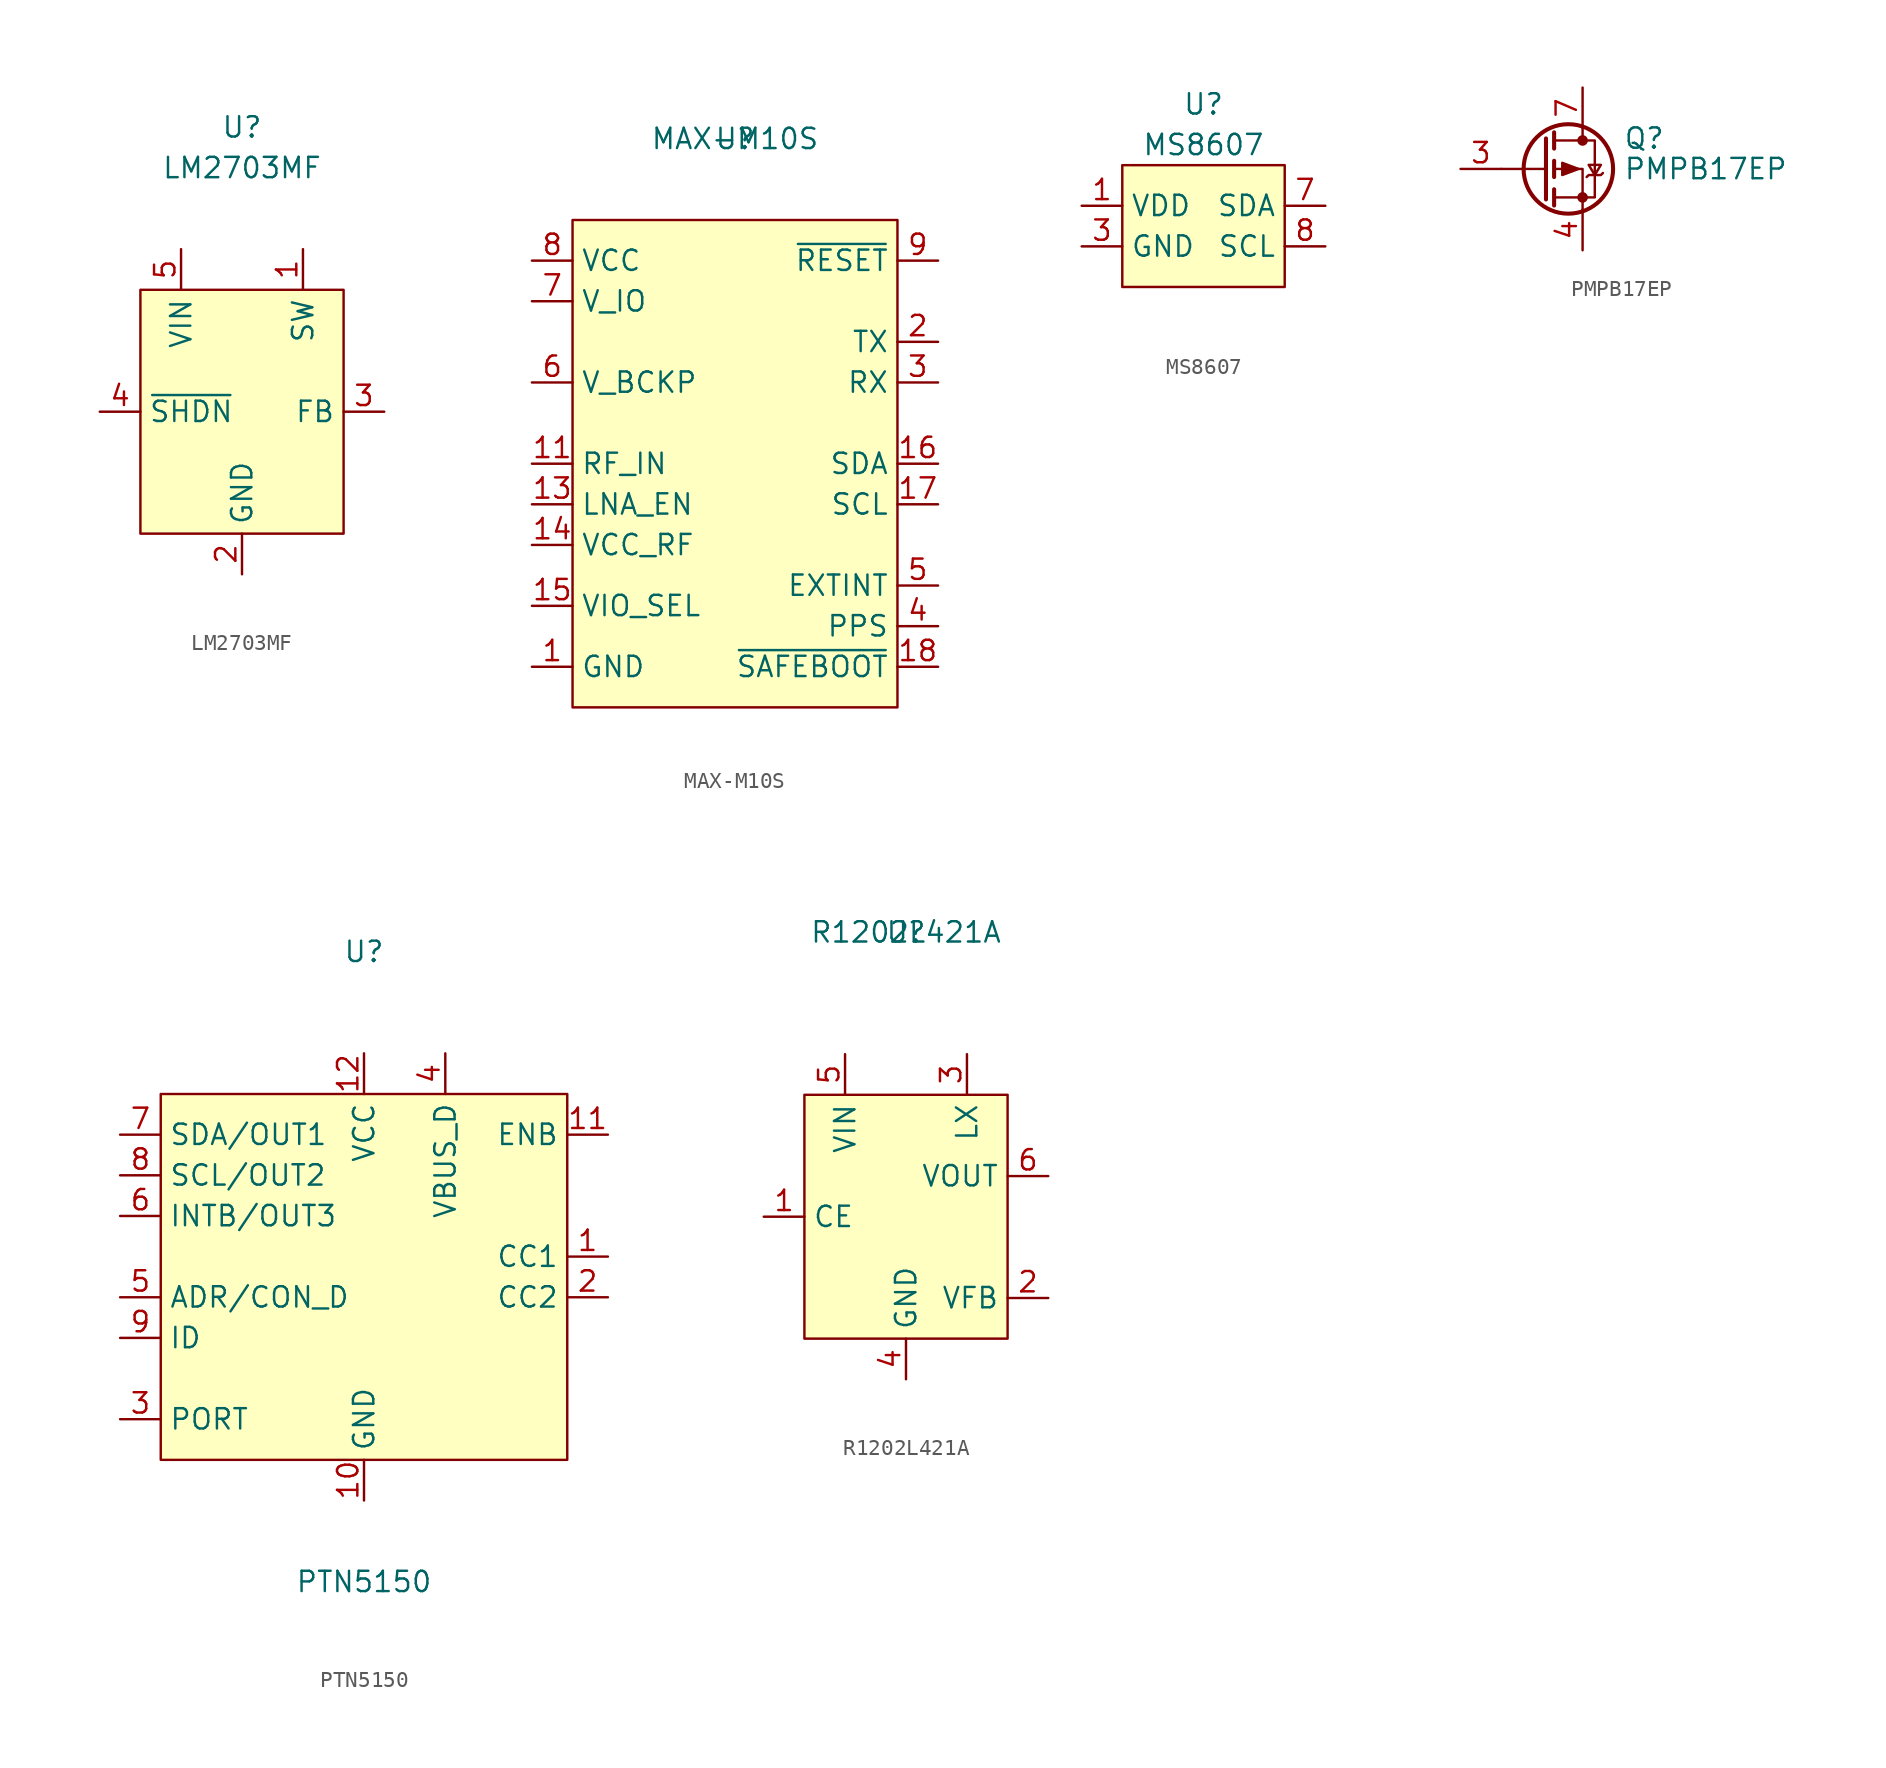
<source format=kicad_sym>
(kicad_symbol_lib
  (version 20211014)
  (generator kicad_symbol_editor)
  (symbol "LM2703MF"
    (property "Reference" "U"
      (at 0 17.78 0)
      (effects (font (size 1.27 1.27))))
    (property "Value" "LM2703MF"
      (at 0 15.24 0)
      (effects (font (size 1.27 1.27))))
    (symbol "LM2703MF_0_1"
      (rectangle (start -6.35 7.62) (end 6.35 -7.62) (stroke (width 0) (type default) (color 0 0 0 0)) (fill (type background))))
    (symbol "LM2703MF_1_1"
      (pin input line (at 3.81 10.16 270) (length 2.54) (name "SW" (effects (font (size 1.27 1.27)))) (number "1" (effects (font (size 1.27 1.27)))))
      (pin input line (at 0 -10.16 90) (length 2.54) (name "GND" (effects (font (size 1.27 1.27)))) (number "2" (effects (font (size 1.27 1.27)))))
      (pin input line (at 8.89 0 180) (length 2.54) (name "FB" (effects (font (size 1.27 1.27)))) (number "3" (effects (font (size 1.27 1.27)))))
      (pin input line (at -8.89 0 0) (length 2.54) (name "~{SHDN}" (effects (font (size 1.27 1.27)))) (number "4" (effects (font (size 1.27 1.27)))))
      (pin input line (at -3.81 10.16 270) (length 2.54) (name "VIN" (effects (font (size 1.27 1.27)))) (number "5" (effects (font (size 1.27 1.27)))))))
  (symbol "MAX-M10S"
    (property "Reference" "U"
      (at 0 20.32 0)
      (effects (font (size 1.27 1.27))))
    (property "Value" "MAX-M10S"
      (at 0 20.32 0)
      (effects (font (size 1.27 1.27))))
    (symbol "MAX-M10S_0_1"
      (rectangle (start -10.16 15.24) (end 10.16 -15.24) (stroke (width 0) (type default) (color 0 0 0 0)) (fill (type background))))
    (symbol "MAX-M10S_1_1"
      (pin input line (at -12.7 -12.7 0) (length 2.54) (name "GND" (effects (font (size 1.27 1.27)))) (number "1" (effects (font (size 1.27 1.27)))))
      (pin input line (at -12.7 -12.7 0) (length 2.54) hide (name "GND" (effects (font (size 1.27 1.27)))) (number "10" (effects (font (size 1.27 1.27)))))
      (pin input line (at -12.7 0 0) (length 2.54) (name "RF_IN" (effects (font (size 1.27 1.27)))) (number "11" (effects (font (size 1.27 1.27)))))
      (pin input line (at -12.7 -12.7 0) (length 2.54) hide (name "GND" (effects (font (size 1.27 1.27)))) (number "12" (effects (font (size 1.27 1.27)))))
      (pin input line (at -12.7 -2.54 0) (length 2.54) (name "LNA_EN" (effects (font (size 1.27 1.27)))) (number "13" (effects (font (size 1.27 1.27)))))
      (pin input line (at -12.7 -5.08 0) (length 2.54) (name "VCC_RF" (effects (font (size 1.27 1.27)))) (number "14" (effects (font (size 1.27 1.27)))))
      (pin input line (at -12.7 -8.89 0) (length 2.54) (name "VIO_SEL" (effects (font (size 1.27 1.27)))) (number "15" (effects (font (size 1.27 1.27)))))
      (pin input line (at 12.7 0 180) (length 2.54) (name "SDA" (effects (font (size 1.27 1.27)))) (number "16" (effects (font (size 1.27 1.27)))))
      (pin input line (at 12.7 -2.54 180) (length 2.54) (name "SCL" (effects (font (size 1.27 1.27)))) (number "17" (effects (font (size 1.27 1.27)))))
      (pin input line (at 12.7 -12.7 180) (length 2.54) (name "~{SAFEBOOT}" (effects (font (size 1.27 1.27)))) (number "18" (effects (font (size 1.27 1.27)))))
      (pin input line (at 12.7 7.62 180) (length 2.54) (name "TX" (effects (font (size 1.27 1.27)))) (number "2" (effects (font (size 1.27 1.27)))))
      (pin input line (at 12.7 5.08 180) (length 2.54) (name "RX" (effects (font (size 1.27 1.27)))) (number "3" (effects (font (size 1.27 1.27)))))
      (pin input line (at 12.7 -10.16 180) (length 2.54) (name "PPS" (effects (font (size 1.27 1.27)))) (number "4" (effects (font (size 1.27 1.27)))))
      (pin input line (at 12.7 -7.62 180) (length 2.54) (name "EXTINT" (effects (font (size 1.27 1.27)))) (number "5" (effects (font (size 1.27 1.27)))))
      (pin input line (at -12.7 5.08 0) (length 2.54) (name "V_BCKP" (effects (font (size 1.27 1.27)))) (number "6" (effects (font (size 1.27 1.27)))))
      (pin input line (at -12.7 10.16 0) (length 2.54) (name "V_IO" (effects (font (size 1.27 1.27)))) (number "7" (effects (font (size 1.27 1.27)))))
      (pin input line (at -12.7 12.7 0) (length 2.54) (name "VCC" (effects (font (size 1.27 1.27)))) (number "8" (effects (font (size 1.27 1.27)))))
      (pin input line (at 12.7 12.7 180) (length 2.54) (name "~{RESET}" (effects (font (size 1.27 1.27)))) (number "9" (effects (font (size 1.27 1.27)))))))
  (symbol "MS8607"
    (property "Reference" "U"
      (at 0 7.62 0)
      (effects (font (size 1.27 1.27))))
    (property "Value" "MS8607"
      (at 0 5.08 0)
      (effects (font (size 1.27 1.27))))
    (symbol "MS8607_0_1"
      (rectangle (start -5.08 3.81) (end 5.08 -3.81) (stroke (width 0) (type default) (color 0 0 0 0)) (fill (type background))))
    (symbol "MS8607_1_1"
      (pin input line (at -7.62 1.27 0) (length 2.54) (name "VDD" (effects (font (size 1.27 1.27)))) (number "1" (effects (font (size 1.27 1.27)))))
      (pin no_connect line (at 3.81 -6.35 90) (length 2.54) hide (name "" (effects (font (size 1.27 1.27)))) (number "2" (effects (font (size 1.27 1.27)))))
      (pin input line (at -7.62 -1.27 0) (length 2.54) (name "GND" (effects (font (size 1.27 1.27)))) (number "3" (effects (font (size 1.27 1.27)))))
      (pin no_connect line (at 1.27 -6.35 90) (length 2.54) hide (name "" (effects (font (size 1.27 1.27)))) (number "4" (effects (font (size 1.27 1.27)))))
      (pin no_connect line (at -3.81 -6.35 90) (length 2.54) hide (name "" (effects (font (size 1.27 1.27)))) (number "5" (effects (font (size 1.27 1.27)))))
      (pin no_connect line (at -1.27 -6.35 90) (length 2.54) hide (name "" (effects (font (size 1.27 1.27)))) (number "6" (effects (font (size 1.27 1.27)))))
      (pin input line (at 7.62 1.27 180) (length 2.54) (name "SDA" (effects (font (size 1.27 1.27)))) (number "7" (effects (font (size 1.27 1.27)))))
      (pin input line (at 7.62 -1.27 180) (length 2.54) (name "SCL" (effects (font (size 1.27 1.27)))) (number "8" (effects (font (size 1.27 1.27)))))))
  (symbol "PMPB17EP"
    (pin_names hide)
    (property "Reference" "Q"
      (at 5.08 1.905 0)
      (effects (font (size 1.27 1.27)) (justify left)))
    (property "Value" "PMPB17EP"
      (at 5.08 0 0)
      (effects (font (size 1.27 1.27)) (justify left)))
    (symbol "PMPB17EP_0_1"
      (polyline (pts (xy 0.254 0) (xy -2.54 0)) (stroke (width 0) (type default) (color 0 0 0 0)) (fill (type none)))
      (polyline (pts (xy 0.254 1.905) (xy 0.254 -1.905)) (stroke (width 0.254) (type default) (color 0 0 0 0)) (fill (type none)))
      (polyline (pts (xy 0.762 -1.27) (xy 0.762 -2.286)) (stroke (width 0.254) (type default) (color 0 0 0 0)) (fill (type none)))
      (polyline (pts (xy 0.762 0.508) (xy 0.762 -0.508)) (stroke (width 0.254) (type default) (color 0 0 0 0)) (fill (type none)))
      (polyline (pts (xy 0.762 2.286) (xy 0.762 1.27)) (stroke (width 0.254) (type default) (color 0 0 0 0)) (fill (type none)))
      (polyline (pts (xy 2.54 2.54) (xy 2.54 1.778)) (stroke (width 0) (type default) (color 0 0 0 0)) (fill (type none)))
      (polyline (pts (xy 2.54 -2.54) (xy 2.54 0) (xy 0.762 0)) (stroke (width 0) (type default) (color 0 0 0 0)) (fill (type none)))
      (polyline (pts (xy 0.762 1.778) (xy 3.302 1.778) (xy 3.302 -1.778) (xy 0.762 -1.778)) (stroke (width 0) (type default) (color 0 0 0 0)) (fill (type none)))
      (polyline (pts (xy 2.286 0) (xy 1.27 0.381) (xy 1.27 -0.381) (xy 2.286 0)) (stroke (width 0) (type default) (color 0 0 0 0)) (fill (type outline)))
      (polyline (pts (xy 2.794 -0.508) (xy 2.921 -0.381) (xy 3.683 -0.381) (xy 3.81 -0.254)) (stroke (width 0) (type default) (color 0 0 0 0)) (fill (type none)))
      (polyline (pts (xy 3.302 -0.381) (xy 2.921 0.254) (xy 3.683 0.254) (xy 3.302 -0.381)) (stroke (width 0) (type default) (color 0 0 0 0)) (fill (type none)))
      (circle (center 1.651 0) (radius 2.794) (stroke (width 0.254) (type default) (color 0 0 0 0)) (fill (type none)))
      (circle (center 2.54 -1.778) (radius 0.254) (stroke (width 0) (type default) (color 0 0 0 0)) (fill (type outline)))
      (circle (center 2.54 1.778) (radius 0.254) (stroke (width 0) (type default) (color 0 0 0 0)) (fill (type outline))))
    (symbol "PMPB17EP_1_1"
      (pin passive line (at 2.54 5.08 270) (length 2.54) hide (name "D" (effects (font (size 1.27 1.27)))) (number "1" (effects (font (size 1.27 1.27)))))
      (pin passive line (at 2.54 5.08 270) (length 2.54) hide (name "D" (effects (font (size 1.27 1.27)))) (number "2" (effects (font (size 1.27 1.27)))))
      (pin passive line (at -5.08 0 0) (length 2.54) (name "G" (effects (font (size 1.27 1.27)))) (number "3" (effects (font (size 1.27 1.27)))))
      (pin passive line (at 2.54 -5.08 90) (length 2.54) (name "S" (effects (font (size 1.27 1.27)))) (number "4" (effects (font (size 1.27 1.27)))))
      (pin passive line (at 2.54 5.08 270) (length 2.54) hide (name "D" (effects (font (size 1.27 1.27)))) (number "5" (effects (font (size 1.27 1.27)))))
      (pin passive line (at 2.54 5.08 270) (length 2.54) hide (name "D" (effects (font (size 1.27 1.27)))) (number "6" (effects (font (size 1.27 1.27)))))
      (pin passive line (at 2.54 5.08 270) (length 2.54) (name "D" (effects (font (size 1.27 1.27)))) (number "7" (effects (font (size 1.27 1.27)))))
      (pin passive line (at 2.54 -5.08 90) (length 2.54) hide (name "S" (effects (font (size 1.27 1.27)))) (number "8" (effects (font (size 1.27 1.27)))))))
  (symbol "PTN5150"
    (property "Reference" "U"
      (at 0 20.32 0)
      (effects (font (size 1.27 1.27))))
    (property "Value" "PTN5150"
      (at 0 -19.05 0)
      (effects (font (size 1.27 1.27))))
    (symbol "PTN5150_0_1"
      (rectangle (start -12.7 11.43) (end 12.7 -11.43) (stroke (width 0) (type default) (color 0 0 0 0)) (fill (type background))))
    (symbol "PTN5150_1_1"
      (pin input line (at 15.24 1.27 180) (length 2.54) (name "CC1" (effects (font (size 1.27 1.27)))) (number "1" (effects (font (size 1.27 1.27)))))
      (pin power_in line (at 0 -13.97 90) (length 2.54) (name "GND" (effects (font (size 1.27 1.27)))) (number "10" (effects (font (size 1.27 1.27)))))
      (pin input line (at 15.24 8.89 180) (length 2.54) (name "ENB" (effects (font (size 1.27 1.27)))) (number "11" (effects (font (size 1.27 1.27)))))
      (pin power_in line (at 0 13.97 270) (length 2.54) (name "VCC" (effects (font (size 1.27 1.27)))) (number "12" (effects (font (size 1.27 1.27)))))
      (pin input line (at 15.24 -1.27 180) (length 2.54) (name "CC2" (effects (font (size 1.27 1.27)))) (number "2" (effects (font (size 1.27 1.27)))))
      (pin input line (at -15.24 -8.89 0) (length 2.54) (name "PORT" (effects (font (size 1.27 1.27)))) (number "3" (effects (font (size 1.27 1.27)))))
      (pin input line (at 5.08 13.97 270) (length 2.54) (name "VBUS_D" (effects (font (size 1.27 1.27)))) (number "4" (effects (font (size 1.27 1.27)))))
      (pin input line (at -15.24 -1.27 0) (length 2.54) (name "ADR/CON_D" (effects (font (size 1.27 1.27)))) (number "5" (effects (font (size 1.27 1.27)))))
      (pin input line (at -15.24 3.81 0) (length 2.54) (name "INTB/OUT3" (effects (font (size 1.27 1.27)))) (number "6" (effects (font (size 1.27 1.27)))))
      (pin input line (at -15.24 8.89 0) (length 2.54) (name "SDA/OUT1" (effects (font (size 1.27 1.27)))) (number "7" (effects (font (size 1.27 1.27)))))
      (pin input line (at -15.24 6.35 0) (length 2.54) (name "SCL/OUT2" (effects (font (size 1.27 1.27)))) (number "8" (effects (font (size 1.27 1.27)))))
      (pin input line (at -15.24 -3.81 0) (length 2.54) (name "ID" (effects (font (size 1.27 1.27)))) (number "9" (effects (font (size 1.27 1.27)))))))
  (symbol "R1202L421A"
    (property "Reference" "U"
      (at 0 17.78 0)
      (effects (font (size 1.27 1.27))))
    (property "Value" "R1202L421A"
      (at 0 17.78 0)
      (effects (font (size 1.27 1.27))))
    (symbol "R1202L421A_0_1"
      (rectangle (start -6.35 7.62) (end 6.35 -7.62) (stroke (width 0) (type default) (color 0 0 0 0)) (fill (type background))))
    (symbol "R1202L421A_1_1"
      (pin input line (at -8.89 0 0) (length 2.54) (name "CE" (effects (font (size 1.27 1.27)))) (number "1" (effects (font (size 1.27 1.27)))))
      (pin input line (at 8.89 -5.08 180) (length 2.54) (name "VFB" (effects (font (size 1.27 1.27)))) (number "2" (effects (font (size 1.27 1.27)))))
      (pin input line (at 3.81 10.16 270) (length 2.54) (name "LX" (effects (font (size 1.27 1.27)))) (number "3" (effects (font (size 1.27 1.27)))))
      (pin input line (at 0 -10.16 90) (length 2.54) (name "GND" (effects (font (size 1.27 1.27)))) (number "4" (effects (font (size 1.27 1.27)))))
      (pin input line (at -3.81 10.16 270) (length 2.54) (name "VIN" (effects (font (size 1.27 1.27)))) (number "5" (effects (font (size 1.27 1.27)))))
      (pin input line (at 8.89 2.54 180) (length 2.54) (name "VOUT" (effects (font (size 1.27 1.27)))) (number "6" (effects (font (size 1.27 1.27)))))
      (pin input line (at 0 -10.16 90) (length 2.54) hide (name "GND" (effects (font (size 1.27 1.27)))) (number "7" (effects (font (size 1.27 1.27))))))))
</source>
